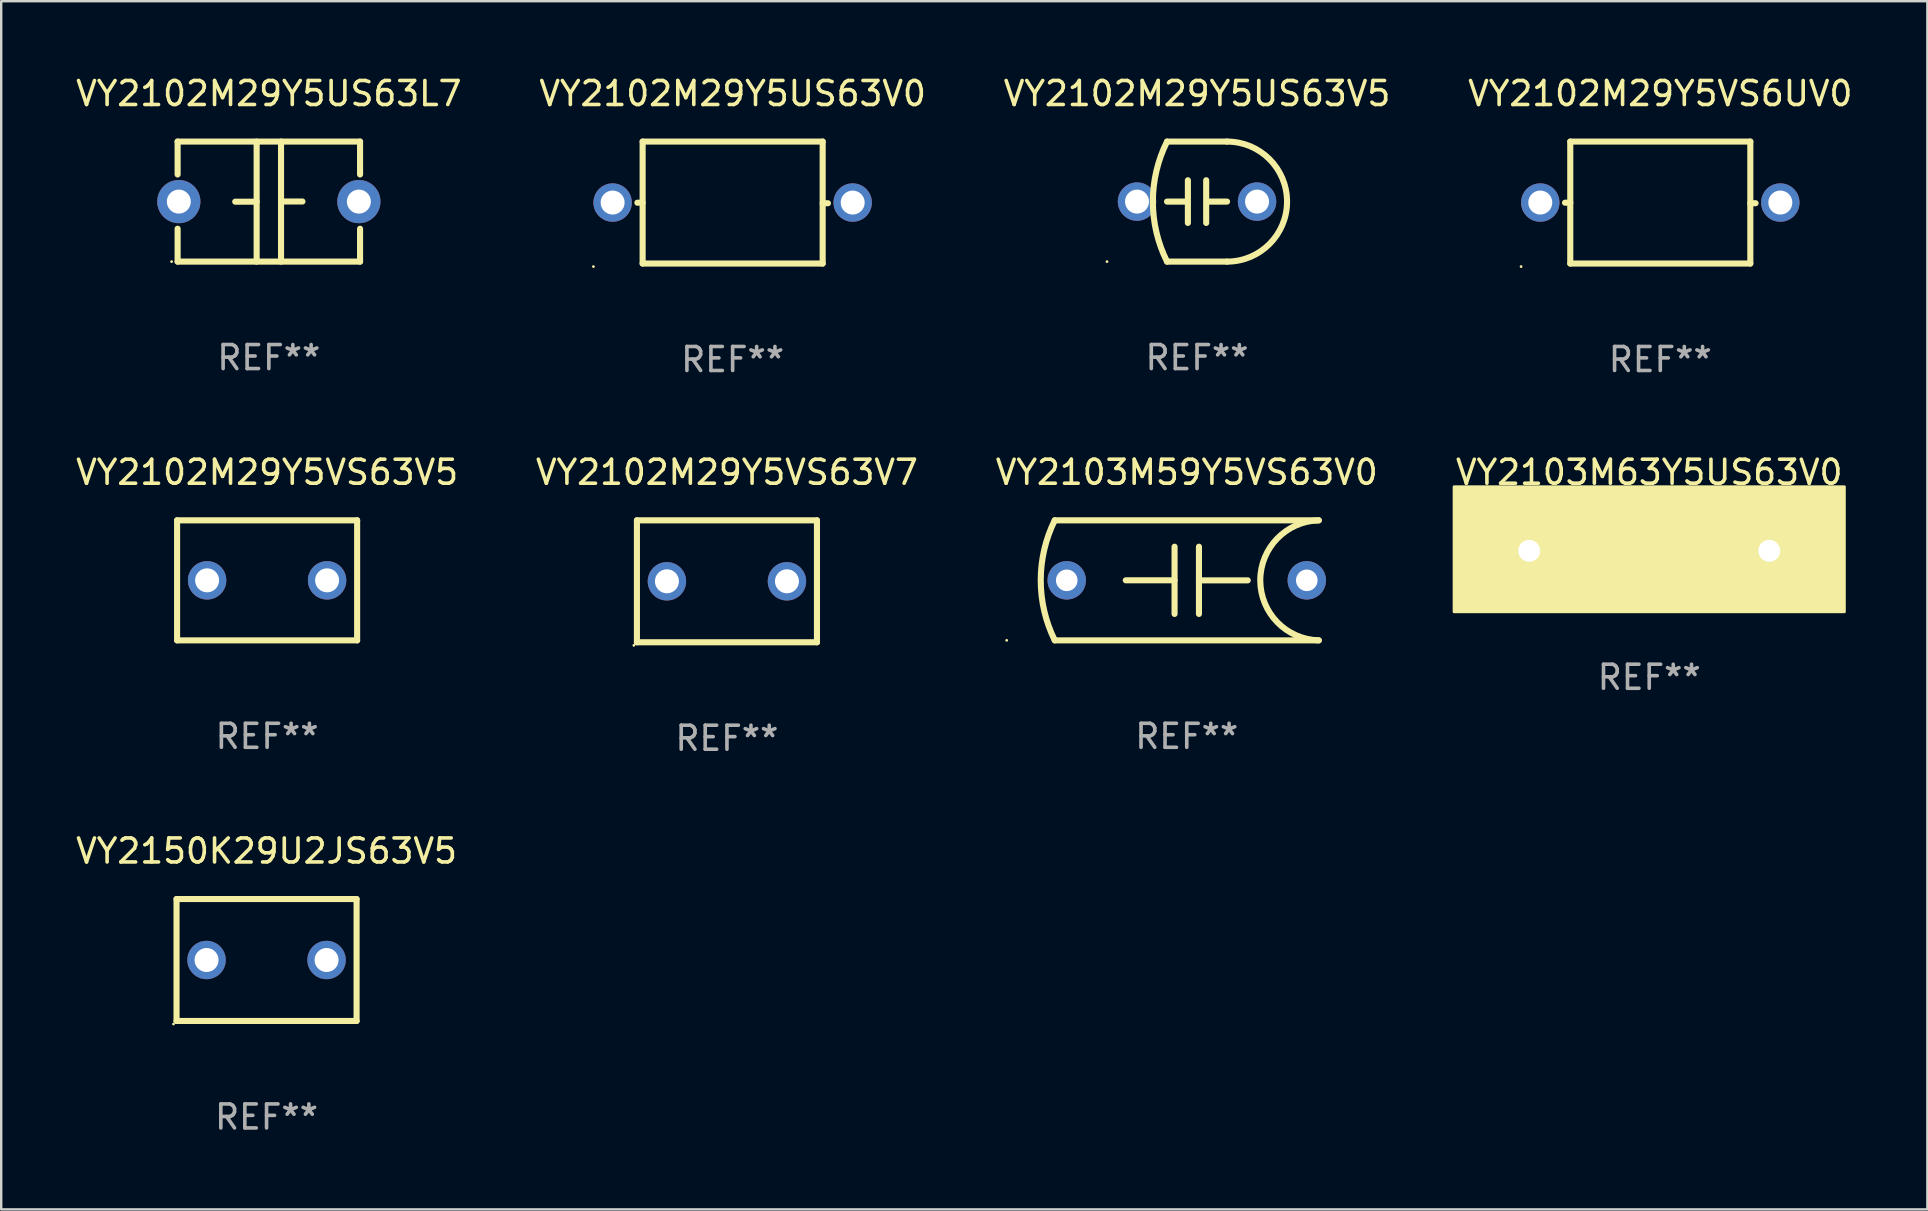
<source format=kicad_pcb>
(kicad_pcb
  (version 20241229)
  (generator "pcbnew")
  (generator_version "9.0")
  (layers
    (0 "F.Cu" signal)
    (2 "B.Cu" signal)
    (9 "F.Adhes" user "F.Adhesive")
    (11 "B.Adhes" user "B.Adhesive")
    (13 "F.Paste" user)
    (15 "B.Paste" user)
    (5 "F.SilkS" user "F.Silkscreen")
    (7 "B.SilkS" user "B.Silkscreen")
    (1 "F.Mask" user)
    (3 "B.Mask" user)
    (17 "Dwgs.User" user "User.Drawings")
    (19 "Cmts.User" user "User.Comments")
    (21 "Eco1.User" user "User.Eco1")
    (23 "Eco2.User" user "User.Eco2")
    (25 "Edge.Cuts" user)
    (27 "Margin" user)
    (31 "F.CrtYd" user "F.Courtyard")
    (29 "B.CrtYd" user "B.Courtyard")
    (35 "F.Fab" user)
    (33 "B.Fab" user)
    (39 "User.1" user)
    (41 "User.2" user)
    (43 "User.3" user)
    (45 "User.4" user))
  (footprint "VY2102M29Y5VS6UV0"
    (layer "F.Cu")
    (at 66.113 5.388)
    (property "Reference" "VY2102M29Y5VS6UV0" (at 0 -4.54 0) (layer "F.SilkS") (effects (font (size 1 1) (thickness 0.15))))
    (attr through_hole)
    (fp_line (start -3.75 -2.54) (end 3.75 -2.54) (stroke (width 0.254) (type solid)) (layer "F.SilkS"))
    (fp_line (start -3.75 0.006) (end -3.969 0.006) (stroke (width 0.254) (type solid)) (layer "F.SilkS"))
    (fp_line (start -3.75 2.54) (end -3.75 -2.54) (stroke (width 0.254) (type solid)) (layer "F.SilkS"))
    (fp_line (start 3.75 -2.54) (end 3.75 2.54) (stroke (width 0.254) (type solid)) (layer "F.SilkS"))
    (fp_line (start 3.75 0.028) (end 3.969 0.028) (stroke (width 0.254) (type solid)) (layer "F.SilkS"))
    (fp_line (start 3.75 2.54) (end -3.75 2.54) (stroke (width 0.254) (type solid)) (layer "F.SilkS"))
    (fp_circle (center -5.8 2.667) (end -5.77 2.667) (stroke (width 0.06) (type solid)) (fill no) (layer "F.SilkS"))
    (fp_text user "REF**" (at 0 6.54 0) (layer "F.Fab") (effects (font (size 1 1) (thickness 0.15))))
    (pad "1" thru_hole circle (at -5 0) (size 1.6 1.6) (drill 1) (layers "*.Cu" "*.Mask"))
    (pad "2" thru_hole circle (at 5 0) (size 1.6 1.6) (drill 1) (layers "*.Cu" "*.Mask")))
  (footprint "VY2150K29U2JS63V5"
    (layer "F.Cu")
    (at 8.054 36.941)
    (property "Reference" "VY2150K29U2JS63V5" (at 0 -4.54 0) (layer "F.SilkS") (effects (font (size 1 1) (thickness 0.15))))
    (attr through_hole)
    (fp_line (start -3.75 -2.54) (end 3.75 -2.54) (stroke (width 0.254) (type solid)) (layer "F.SilkS"))
    (fp_line (start -3.75 2.54) (end -3.75 -2.54) (stroke (width 0.254) (type solid)) (layer "F.SilkS"))
    (fp_line (start 3.75 -2.54) (end 3.75 2.54) (stroke (width 0.254) (type solid)) (layer "F.SilkS"))
    (fp_line (start 3.75 2.54) (end -3.75 2.54) (stroke (width 0.254) (type solid)) (layer "F.SilkS"))
    (fp_circle (center -3.877 2.667) (end -3.847 2.667) (stroke (width 0.06) (type solid)) (fill no) (layer "F.SilkS"))
    (fp_text user "REF**" (at 0 6.54 0) (layer "F.Fab") (effects (font (size 1 1) (thickness 0.15))))
    (pad "1" thru_hole circle (at -2.5 0) (size 1.6 1.6) (drill 1) (layers "*.Cu" "*.Mask"))
    (pad "2" thru_hole circle (at 2.5 0) (size 1.6 1.6) (drill 1) (layers "*.Cu" "*.Mask")))
  (footprint "VY2102M29Y5US63L7"
    (layer "F.Cu")
    (at 8.149 5.348)
    (property "Reference" "VY2102M29Y5US63L7" (at 0 -4.5 0) (layer "F.SilkS") (effects (font (size 1 1) (thickness 0.15))))
    (attr through_hole)
    (fp_line (start -3.8 -2.5) (end -3.8 -1.13) (stroke (width 0.254) (type solid)) (layer "F.SilkS"))
    (fp_line (start -3.8 -2.5) (end 3.8 -2.5) (stroke (width 0.254) (type solid)) (layer "F.SilkS"))
    (fp_line (start -3.8 1.13) (end -3.8 2.5) (stroke (width 0.254) (type solid)) (layer "F.SilkS"))
    (fp_line (start -3.8 2.5) (end 3.8 2.5) (stroke (width 0.254) (type solid)) (layer "F.SilkS"))
    (fp_line (start -0.508 0.004) (end -1.4 0.004) (stroke (width 0.254) (type solid)) (layer "F.SilkS"))
    (fp_line (start -0.508 2.5) (end -0.508 -2.5) (stroke (width 0.254) (type solid)) (layer "F.SilkS"))
    (fp_line (start 0.508 -2.5) (end 0.508 2.5) (stroke (width 0.254) (type solid)) (layer "F.SilkS"))
    (fp_line (start 0.508 -0.004) (end 1.4 -0.004) (stroke (width 0.254) (type solid)) (layer "F.SilkS"))
    (fp_line (start 3.8 -2.5) (end 3.8 -1.13) (stroke (width 0.254) (type solid)) (layer "F.SilkS"))
    (fp_line (start 3.8 1.13) (end 3.8 2.5) (stroke (width 0.254) (type solid)) (layer "F.SilkS"))
    (fp_circle (center -4.05 2.5) (end -4.02 2.5) (stroke (width 0.06) (type solid)) (fill no) (layer "F.SilkS"))
    (fp_text user "REF**" (at 0 6.5 0) (layer "F.Fab") (effects (font (size 1 1) (thickness 0.15))))
    (pad "1" thru_hole circle (at -3.75 0.000127) (size 1.8 1.8) (drill 1) (layers "*.Cu" "*.Mask"))
    (pad "2" thru_hole circle (at 3.75 0.000127) (size 1.8 1.8) (drill 1) (layers "*.Cu" "*.Mask")))
  (footprint "VY2102M29Y5VS63V5"
    (layer "F.Cu")
    (at 8.077 21.125)
    (property "Reference" "VY2102M29Y5VS63V5" (at 0 -4.5 0) (layer "F.SilkS") (effects (font (size 1 1) (thickness 0.15))))
    (attr through_hole)
    (fp_line (start -3.75 -2.5) (end -3.75 2.5) (stroke (width 0.254) (type solid)) (layer "F.SilkS"))
    (fp_line (start -3.75 -2.5) (end 3.75 -2.5) (stroke (width 0.254) (type solid)) (layer "F.SilkS"))
    (fp_line (start -3.75 2.5) (end 3.75 2.5) (stroke (width 0.254) (type solid)) (layer "F.SilkS"))
    (fp_line (start 3.75 -2.5) (end 3.75 2.5) (stroke (width 0.254) (type solid)) (layer "F.SilkS"))
    (fp_circle (center -3.75 2.5) (end -3.72 2.5) (stroke (width 0.06) (type solid)) (fill no) (layer "F.SilkS"))
    (fp_text user "REF**" (at 0 6.5 0) (layer "F.Fab") (effects (font (size 1 1) (thickness 0.15))))
    (pad "1" thru_hole circle (at -2.499 0) (size 1.6 1.6) (drill 1) (layers "*.Cu" "*.Mask"))
    (pad "2" thru_hole circle (at 2.499 0) (size 1.6 1.6) (drill 1) (layers "*.Cu" "*.Mask")))
  (footprint "VY2102M29Y5US63V5"
    (layer "F.Cu")
    (at 46.815 5.348)
    (property "Reference" "VY2102M29Y5US63V5" (at 0 -4.5 0) (layer "F.SilkS") (effects (font (size 1 1) (thickness 0.15))))
    (attr through_hole)
    (fp_line (start -1.25 0) (end -0.508 0) (stroke (width 0.254) (type solid)) (layer "F.SilkS"))
    (fp_line (start -1.25 -2.5) (end 1.25 -2.5) (stroke (width 0.254) (type solid)) (layer "F.SilkS"))
    (fp_line (start -1.25 2.5) (end 1.25 2.5) (stroke (width 0.254) (type solid)) (layer "F.SilkS"))
    (fp_line (start -0.381 -0.889) (end -0.381 0.889) (stroke (width 0.254) (type solid)) (layer "F.SilkS"))
    (fp_line (start 0.381 -0.889) (end 0.381 0.889) (stroke (width 0.254) (type solid)) (layer "F.SilkS"))
    (fp_line (start 1.25 0) (end 0.508 0) (stroke (width 0.254) (type solid)) (layer "F.SilkS"))
    (fp_arc (start -1.249607 2.5) (mid -1.839785 0.000003) (end -1.249632 -2.5) (stroke (width 0.254001) (type solid)) (layer "F.SilkS"))
    (fp_arc (start 1.249605 -2.5) (mid 3.749606 -0.000014) (end 1.249632 2.5) (stroke (width 0.254001) (type solid)) (layer "F.SilkS"))
    (fp_circle (center -3.75 2.5) (end -3.72 2.5) (stroke (width 0.06) (type solid)) (fill no) (layer "F.SilkS"))
    (fp_text user "REF**" (at 0 6.5 0) (layer "F.Fab") (effects (font (size 1 1) (thickness 0.15))))
    (pad "1" thru_hole circle (at -2.5 0) (size 1.6 1.6) (drill 1) (layers "*.Cu" "*.Mask"))
    (pad "2" thru_hole circle (at 2.5 0) (size 1.6 1.6) (drill 1) (layers "*.Cu" "*.Mask")))
  (footprint "VY2103M63Y5US63V0"
    (layer "F.Cu")
    (at 65.652 19.895)
    (property "Reference" "VY2103M63Y5US63V0" (at 0 -3.27 0) (layer "F.SilkS") (effects (font (size 1 1) (thickness 0.15))))
    (attr through_hole)
    (fp_line (start -0.889 0.000025) (end -2.032 0.000025) (stroke (width 0.254) (type solid)) (layer "F.SilkS"))
    (fp_line (start -0.889 1.27) (end -0.889 -1.27) (stroke (width 0.254) (type solid)) (layer "F.SilkS"))
    (fp_line (start 0.889 -1.27) (end 0.889 1.27) (stroke (width 0.254) (type solid)) (layer "F.SilkS"))
    (fp_line (start 0.889 -0.000025) (end 2.032 -0.000025) (stroke (width 0.254) (type solid)) (layer "F.SilkS"))
    (fp_circle (center -8 2.5) (end -7.97 2.5) (stroke (width 0.06) (type solid)) (fill no) (layer "F.SilkS"))
    (fp_poly (pts (xy -8.128 -2.667) (xy 8.128 -2.667) (xy 8.128 2.54) (xy -8.128 2.54)) (stroke (width 0.12) (type solid)) (fill yes) (layer "F.SilkS"))
    (fp_text user "REF**" (at 0 5.27 0) (layer "F.Fab") (effects (font (size 1 1) (thickness 0.15))))
    (pad "1" thru_hole circle (at -5 0) (size 1.524 1.524) (drill 0.914) (layers "*.Cu" "*.Mask"))
    (pad "2" thru_hole circle (at 5 0) (size 1.524 1.524) (drill 0.914) (layers "*.Cu" "*.Mask")))
  (footprint "VY2102M29Y5VS63V7"
    (layer "F.Cu")
    (at 27.232 21.165)
    (property "Reference" "VY2102M29Y5VS63V7" (at 0 -4.54 0) (layer "F.SilkS") (effects (font (size 1 1) (thickness 0.15))))
    (attr through_hole)
    (fp_line (start -3.75 -2.54) (end 3.75 -2.54) (stroke (width 0.254) (type solid)) (layer "F.SilkS"))
    (fp_line (start -3.75 2.54) (end -3.75 -2.54) (stroke (width 0.254) (type solid)) (layer "F.SilkS"))
    (fp_line (start 3.75 -2.54) (end 3.75 2.54) (stroke (width 0.254) (type solid)) (layer "F.SilkS"))
    (fp_line (start 3.75 2.54) (end -3.75 2.54) (stroke (width 0.254) (type solid)) (layer "F.SilkS"))
    (fp_circle (center -3.877 2.667) (end -3.847 2.667) (stroke (width 0.06) (type solid)) (fill no) (layer "F.SilkS"))
    (fp_text user "REF**" (at 0 6.54 0) (layer "F.Fab") (effects (font (size 1 1) (thickness 0.15))))
    (pad "1" thru_hole circle (at -2.5 0) (size 1.6 1.6) (drill 1) (layers "*.Cu" "*.Mask"))
    (pad "2" thru_hole circle (at 2.5 0) (size 1.6 1.6) (drill 1) (layers "*.Cu" "*.Mask")))
  (footprint "VY2103M59Y5VS63V0"
    (layer "F.Cu")
    (at 46.387 21.125)
    (property "Reference" "VY2103M59Y5VS63V0" (at 0 -4.5 0) (layer "F.SilkS") (effects (font (size 1 1) (thickness 0.15))))
    (attr through_hole)
    (fp_line (start -5.5 -2.5) (end 5.5 -2.5) (stroke (width 0.254) (type solid)) (layer "F.SilkS"))
    (fp_line (start -0.508 -1.4) (end -0.508 1.4) (stroke (width 0.254) (type solid)) (layer "F.SilkS"))
    (fp_line (start -0.508 -0.001) (end -2.54 -0.001) (stroke (width 0.254) (type solid)) (layer "F.SilkS"))
    (fp_line (start 0.508 0.001) (end 2.54 0.001) (stroke (width 0.254) (type solid)) (layer "F.SilkS"))
    (fp_line (start 0.508 1.4) (end 0.508 -1.4) (stroke (width 0.254) (type solid)) (layer "F.SilkS"))
    (fp_line (start 5.5 2.5) (end -5.5 2.5) (stroke (width 0.254) (type solid)) (layer "F.SilkS"))
    (fp_arc (start -5.499111 2.499365) (mid -6.082928 -0.000214) (end -5.5 -2.5) (stroke (width 0.254001) (type solid)) (layer "F.SilkS"))
    (fp_arc (start 5.5 2.5) (mid 3.061809 0.000751) (end 5.49911 -2.499366) (stroke (width 0.254001) (type solid)) (layer "F.SilkS"))
    (fp_circle (center -7.501 2.5) (end -7.471 2.5) (stroke (width 0.06) (type solid)) (fill no) (layer "F.SilkS"))
    (fp_text user "REF**" (at 0 6.5 0) (layer "F.Fab") (effects (font (size 1 1) (thickness 0.15))))
    (pad "1" thru_hole circle (at -5 0) (size 1.6 1.6) (drill 0.9) (layers "*.Cu" "*.Mask"))
    (pad "2" thru_hole circle (at 5 0) (size 1.6 1.6) (drill 0.9) (layers "*.Cu" "*.Mask")))
  (footprint "VY2102M29Y5US63V0"
    (layer "F.Cu")
    (at 27.47 5.388)
    (property "Reference" "VY2102M29Y5US63V0" (at 0 -4.54 0) (layer "F.SilkS") (effects (font (size 1 1) (thickness 0.15))))
    (attr through_hole)
    (fp_line (start -3.75 -2.54) (end 3.75 -2.54) (stroke (width 0.254) (type solid)) (layer "F.SilkS"))
    (fp_line (start -3.75 0.006) (end -3.969 0.006) (stroke (width 0.254) (type solid)) (layer "F.SilkS"))
    (fp_line (start -3.75 2.54) (end -3.75 -2.54) (stroke (width 0.254) (type solid)) (layer "F.SilkS"))
    (fp_line (start 3.75 -2.54) (end 3.75 2.54) (stroke (width 0.254) (type solid)) (layer "F.SilkS"))
    (fp_line (start 3.75 0.028) (end 3.969 0.028) (stroke (width 0.254) (type solid)) (layer "F.SilkS"))
    (fp_line (start 3.75 2.54) (end -3.75 2.54) (stroke (width 0.254) (type solid)) (layer "F.SilkS"))
    (fp_circle (center -5.8 2.667) (end -5.77 2.667) (stroke (width 0.06) (type solid)) (fill no) (layer "F.SilkS"))
    (fp_text user "REF**" (at 0 6.54 0) (layer "F.Fab") (effects (font (size 1 1) (thickness 0.15))))
    (pad "1" thru_hole circle (at -5 0) (size 1.6 1.6) (drill 1) (layers "*.Cu" "*.Mask"))
    (pad "2" thru_hole circle (at 5 0) (size 1.6 1.6) (drill 1) (layers "*.Cu" "*.Mask")))
  (gr_rect
    (start -3 -3)
    (end 77.238 47.33)
    (stroke (width 0.1) (type default))
    (fill no)
    (layer "Edge.Cuts")))
</source>
